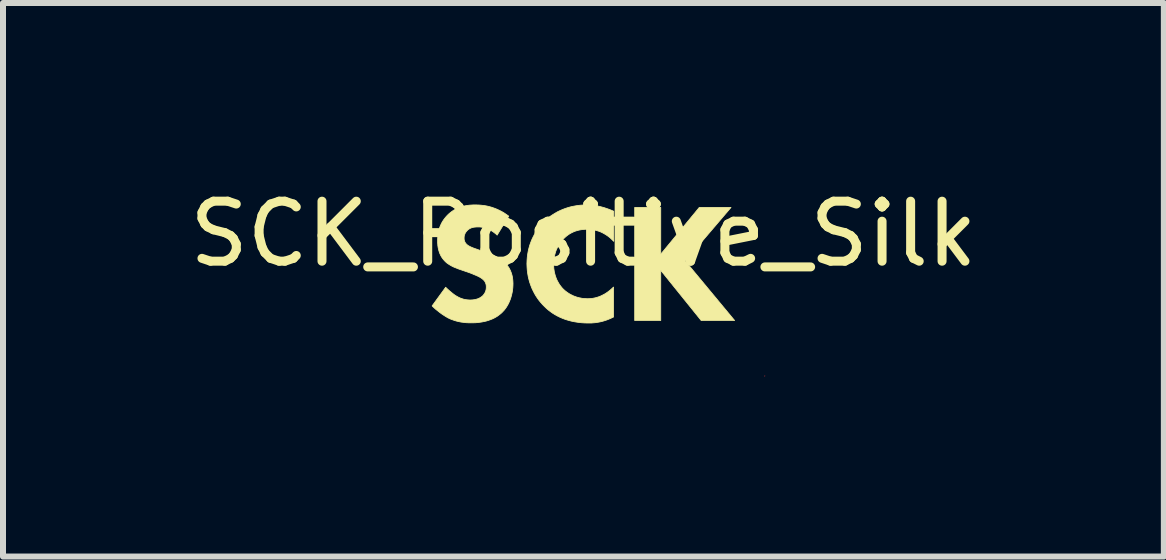
<source format=kicad_pcb>
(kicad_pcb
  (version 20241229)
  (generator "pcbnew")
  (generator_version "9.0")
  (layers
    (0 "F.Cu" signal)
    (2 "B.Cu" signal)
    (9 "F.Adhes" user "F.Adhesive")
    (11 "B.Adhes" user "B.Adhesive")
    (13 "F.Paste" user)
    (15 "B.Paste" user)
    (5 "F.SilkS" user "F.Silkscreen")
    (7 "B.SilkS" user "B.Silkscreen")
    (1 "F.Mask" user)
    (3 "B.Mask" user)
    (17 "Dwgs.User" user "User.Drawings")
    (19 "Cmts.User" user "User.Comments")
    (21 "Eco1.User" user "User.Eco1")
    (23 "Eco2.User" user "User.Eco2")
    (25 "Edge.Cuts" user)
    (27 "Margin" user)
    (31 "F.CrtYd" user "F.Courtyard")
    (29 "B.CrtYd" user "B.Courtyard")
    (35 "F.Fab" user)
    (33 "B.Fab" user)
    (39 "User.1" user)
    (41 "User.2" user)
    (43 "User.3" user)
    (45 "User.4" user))
  (footprint "SCK_Positive_Silk"
    (layer "F.Cu")
    (at 6.673 1.348)
    (property "Reference" "SCK_Positive_Silk" (at 0 -0.5 0) (unlocked yes) (layer "F.SilkS") (effects (font (size 1 1) (thickness 0.15))))
    (fp_poly (pts (xy 3.02 1.87) (xy 3.02 1.868) (xy 3.023 1.866)) (stroke (width 0.013) (type solid)) (fill yes) (layer "F.Cu"))
    (fp_poly (pts (xy 1.288 -0.162) (xy 1.93 -0.941) (xy 2.459 -0.941) (xy 1.697 -0.048) (xy 2.519 0.943) (xy 1.962 0.943) (xy 1.288 0.107) (xy 1.288 0.943) (xy 0.854 0.943) (xy 0.854 -0.158) (xy 1.284 -0.158) (xy 1.288 -0.158) (xy 1.288 -0.162) (xy 1.284 -0.158) (xy 0.854 -0.158) (xy 0.854 -0.941) (xy 1.288 -0.941)) (stroke (width 0.013) (type solid)) (fill yes) (layer "F.SilkS"))
    (fp_poly (pts (xy 0.077 -0.983) (xy 0.101 -0.982) (xy 0.125 -0.98) (xy 0.15 -0.978) (xy 0.176 -0.975) (xy 0.202 -0.971) (xy 0.229 -0.966) (xy 0.257 -0.961) (xy 0.285 -0.954) (xy 0.314 -0.946) (xy 0.344 -0.938) (xy 0.374 -0.928) (xy 0.406 -0.917) (xy 0.438 -0.905) (xy 0.471 -0.892) (xy 0.505 -0.877) (xy 0.505 -0.376) (xy 0.486 -0.395) (xy 0.467 -0.414) (xy 0.446 -0.433) (xy 0.424 -0.451) (xy 0.401 -0.468) (xy 0.376 -0.485) (xy 0.351 -0.5) (xy 0.324 -0.515) (xy 0.296 -0.529) (xy 0.267 -0.541) (xy 0.236 -0.551) (xy 0.22 -0.556) (xy 0.204 -0.56) (xy 0.188 -0.564) (xy 0.171 -0.568) (xy 0.154 -0.57) (xy 0.137 -0.573) (xy 0.119 -0.575) (xy 0.101 -0.576) (xy 0.083 -0.577) (xy 0.064 -0.577) (xy 0.034 -0.577) (xy 0.006 -0.575) (xy -0.022 -0.572) (xy -0.049 -0.568) (xy -0.076 -0.563) (xy -0.102 -0.556) (xy -0.127 -0.549) (xy -0.151 -0.54) (xy -0.175 -0.53) (xy -0.197 -0.519) (xy -0.22 -0.507) (xy -0.241 -0.494) (xy -0.262 -0.479) (xy -0.282 -0.464) (xy -0.302 -0.447) (xy -0.321 -0.429) (xy -0.34 -0.409) (xy -0.359 -0.389) (xy -0.376 -0.367) (xy -0.393 -0.343) (xy -0.409 -0.319) (xy -0.423 -0.294) (xy -0.436 -0.268) (xy -0.449 -0.241) (xy -0.46 -0.213) (xy -0.469 -0.185) (xy -0.477 -0.155) (xy -0.484 -0.125) (xy -0.49 -0.093) (xy -0.494 -0.061) (xy -0.496 -0.029) (xy -0.497 0.005) (xy -0.496 0.04) (xy -0.494 0.075) (xy -0.489 0.108) (xy -0.484 0.14) (xy -0.476 0.17) (xy -0.468 0.199) (xy -0.458 0.227) (xy -0.448 0.254) (xy -0.436 0.279) (xy -0.423 0.303) (xy -0.41 0.326) (xy -0.396 0.348) (xy -0.381 0.368) (xy -0.366 0.387) (xy -0.351 0.405) (xy -0.335 0.421) (xy -0.326 0.429) (xy -0.316 0.439) (xy -0.303 0.45) (xy -0.287 0.462) (xy -0.27 0.475) (xy -0.25 0.488) (xy -0.228 0.502) (xy -0.203 0.515) (xy -0.19 0.521) (xy -0.177 0.528) (xy -0.163 0.534) (xy -0.148 0.54) (xy -0.133 0.545) (xy -0.117 0.551) (xy -0.101 0.556) (xy -0.084 0.56) (xy -0.066 0.565) (xy -0.048 0.568) (xy -0.03 0.572) (xy -0.011 0.575) (xy 0.009 0.577) (xy 0.029 0.578) (xy 0.05 0.579) (xy 0.071 0.58) (xy 0.093 0.579) (xy 0.115 0.578) (xy 0.138 0.576) (xy 0.162 0.572) (xy 0.187 0.567) (xy 0.213 0.561) (xy 0.239 0.553) (xy 0.266 0.544) (xy 0.294 0.532) (xy 0.322 0.518) (xy 0.351 0.503) (xy 0.38 0.485) (xy 0.41 0.464) (xy 0.44 0.441) (xy 0.47 0.415) (xy 0.501 0.386) (xy 0.501 0.885) (xy 0.474 0.898) (xy 0.444 0.912) (xy 0.414 0.924) (xy 0.386 0.935) (xy 0.358 0.944) (xy 0.33 0.953) (xy 0.303 0.96) (xy 0.277 0.966) (xy 0.251 0.971) (xy 0.226 0.975) (xy 0.202 0.979) (xy 0.178 0.981) (xy 0.132 0.985) (xy 0.089 0.985) (xy 0.025 0.984) (xy -0.036 0.98) (xy -0.095 0.973) (xy -0.151 0.964) (xy -0.204 0.953) (xy -0.256 0.939) (xy -0.305 0.924) (xy -0.352 0.906) (xy -0.396 0.887) (xy -0.438 0.866) (xy -0.479 0.843) (xy -0.517 0.819) (xy -0.553 0.793) (xy -0.587 0.767) (xy -0.619 0.739) (xy -0.649 0.71) (xy -0.68 0.679) (xy -0.71 0.645) (xy -0.739 0.61) (xy -0.766 0.573) (xy -0.792 0.534) (xy -0.816 0.493) (xy -0.838 0.45) (xy -0.859 0.406) (xy -0.877 0.36) (xy -0.894 0.312) (xy -0.908 0.263) (xy -0.92 0.213) (xy -0.929 0.161) (xy -0.936 0.108) (xy -0.94 0.053) (xy -0.942 -0.002) (xy -0.94 -0.058) (xy -0.936 -0.112) (xy -0.929 -0.165) (xy -0.92 -0.216) (xy -0.908 -0.266) (xy -0.894 -0.315) (xy -0.877 -0.362) (xy -0.859 -0.407) (xy -0.838 -0.451) (xy -0.816 -0.493) (xy -0.792 -0.534) (xy -0.766 -0.573) (xy -0.739 -0.61) (xy -0.71 -0.646) (xy -0.68 -0.679) (xy -0.649 -0.711) (xy -0.617 -0.741) (xy -0.583 -0.77) (xy -0.548 -0.797) (xy -0.51 -0.822) (xy -0.471 -0.846) (xy -0.431 -0.869) (xy -0.389 -0.889) (xy -0.345 -0.908) (xy -0.3 -0.925) (xy -0.254 -0.94) (xy -0.206 -0.953) (xy -0.157 -0.963) (xy -0.106 -0.972) (xy -0.054 -0.978) (xy -0.001 -0.982) (xy 0.053 -0.983)) (stroke (width 0.013) (type solid)) (fill yes) (layer "F.SilkS"))
    (fp_poly (pts (xy -1.75 -0.982) (xy -1.721 -0.98) (xy -1.691 -0.977) (xy -1.659 -0.973) (xy -1.626 -0.968) (xy -1.592 -0.961) (xy -1.557 -0.952) (xy -1.52 -0.941) (xy -1.483 -0.928) (xy -1.445 -0.913) (xy -1.406 -0.895) (xy -1.366 -0.875) (xy -1.326 -0.852) (xy -1.286 -0.825) (xy -1.245 -0.796) (xy -1.439 -0.479) (xy -1.439 -0.482) (xy -1.465 -0.504) (xy -1.491 -0.524) (xy -1.516 -0.542) (xy -1.54 -0.557) (xy -1.564 -0.569) (xy -1.587 -0.58) (xy -1.609 -0.589) (xy -1.629 -0.597) (xy -1.649 -0.603) (xy -1.668 -0.607) (xy -1.686 -0.611) (xy -1.703 -0.613) (xy -1.718 -0.615) (xy -1.732 -0.616) (xy -1.756 -0.616) (xy -1.78 -0.616) (xy -1.791 -0.615) (xy -1.804 -0.614) (xy -1.816 -0.613) (xy -1.828 -0.611) (xy -1.84 -0.609) (xy -1.852 -0.606) (xy -1.864 -0.602) (xy -1.876 -0.598) (xy -1.888 -0.592) (xy -1.899 -0.586) (xy -1.91 -0.579) (xy -1.92 -0.572) (xy -1.925 -0.567) (xy -1.93 -0.563) (xy -1.935 -0.558) (xy -1.94 -0.553) (xy -1.945 -0.547) (xy -1.95 -0.541) (xy -1.955 -0.535) (xy -1.96 -0.529) (xy -1.964 -0.522) (xy -1.968 -0.515) (xy -1.972 -0.508) (xy -1.975 -0.501) (xy -1.978 -0.493) (xy -1.981 -0.485) (xy -1.984 -0.477) (xy -1.986 -0.468) (xy -1.987 -0.46) (xy -1.988 -0.451) (xy -1.989 -0.442) (xy -1.989 -0.433) (xy -1.989 -0.424) (xy -1.989 -0.416) (xy -1.988 -0.408) (xy -1.987 -0.401) (xy -1.985 -0.393) (xy -1.983 -0.386) (xy -1.981 -0.38) (xy -1.979 -0.373) (xy -1.976 -0.367) (xy -1.973 -0.361) (xy -1.969 -0.355) (xy -1.966 -0.349) (xy -1.961 -0.343) (xy -1.957 -0.338) (xy -1.952 -0.332) (xy -1.947 -0.327) (xy -1.938 -0.319) (xy -1.929 -0.312) (xy -1.919 -0.305) (xy -1.909 -0.299) (xy -1.897 -0.293) (xy -1.886 -0.287) (xy -1.873 -0.281) (xy -1.859 -0.275) (xy -1.845 -0.269) (xy -1.829 -0.263) (xy -1.795 -0.251) (xy -1.711 -0.221) (xy -1.57 -0.168) (xy -1.538 -0.156) (xy -1.505 -0.142) (xy -1.472 -0.127) (xy -1.455 -0.119) (xy -1.438 -0.11) (xy -1.421 -0.101) (xy -1.405 -0.092) (xy -1.388 -0.082) (xy -1.372 -0.071) (xy -1.356 -0.06) (xy -1.341 -0.049) (xy -1.326 -0.036) (xy -1.312 -0.023) (xy -1.292 -0.003) (xy -1.275 0.017) (xy -1.259 0.039) (xy -1.244 0.06) (xy -1.232 0.082) (xy -1.22 0.105) (xy -1.211 0.127) (xy -1.202 0.15) (xy -1.195 0.173) (xy -1.189 0.195) (xy -1.184 0.218) (xy -1.181 0.24) (xy -1.178 0.262) (xy -1.176 0.284) (xy -1.175 0.305) (xy -1.174 0.326) (xy -1.175 0.362) (xy -1.177 0.397) (xy -1.181 0.432) (xy -1.186 0.466) (xy -1.193 0.499) (xy -1.201 0.531) (xy -1.21 0.563) (xy -1.22 0.593) (xy -1.232 0.622) (xy -1.244 0.65) (xy -1.258 0.677) (xy -1.273 0.703) (xy -1.288 0.727) (xy -1.305 0.75) (xy -1.322 0.772) (xy -1.34 0.791) (xy -1.356 0.808) (xy -1.372 0.823) (xy -1.389 0.837) (xy -1.406 0.85) (xy -1.423 0.863) (xy -1.44 0.875) (xy -1.476 0.896) (xy -1.512 0.914) (xy -1.549 0.929) (xy -1.586 0.942) (xy -1.622 0.953) (xy -1.659 0.961) (xy -1.694 0.968) (xy -1.728 0.973) (xy -1.761 0.977) (xy -1.792 0.98) (xy -1.821 0.981) (xy -1.873 0.982) (xy -1.898 0.982) (xy -1.923 0.981) (xy -1.947 0.98) (xy -1.971 0.978) (xy -1.995 0.975) (xy -2.019 0.972) (xy -2.042 0.969) (xy -2.065 0.964) (xy -2.088 0.959) (xy -2.111 0.954) (xy -2.134 0.947) (xy -2.157 0.94) (xy -2.179 0.932) (xy -2.202 0.924) (xy -2.224 0.915) (xy -2.247 0.904) (xy -2.265 0.895) (xy -2.283 0.884) (xy -2.302 0.873) (xy -2.32 0.861) (xy -2.339 0.849) (xy -2.357 0.837) (xy -2.394 0.81) (xy -2.429 0.782) (xy -2.463 0.755) (xy -2.494 0.727) (xy -2.522 0.7) (xy -2.296 0.389) (xy -2.277 0.408) (xy -2.255 0.428) (xy -2.233 0.448) (xy -2.209 0.468) (xy -2.186 0.487) (xy -2.163 0.505) (xy -2.152 0.513) (xy -2.141 0.521) (xy -2.13 0.528) (xy -2.12 0.534) (xy -2.106 0.542) (xy -2.092 0.55) (xy -2.078 0.557) (xy -2.064 0.564) (xy -2.05 0.57) (xy -2.036 0.575) (xy -2.021 0.58) (xy -2.007 0.585) (xy -1.992 0.589) (xy -1.978 0.592) (xy -1.962 0.595) (xy -1.947 0.597) (xy -1.932 0.599) (xy -1.916 0.6) (xy -1.9 0.601) (xy -1.883 0.601) (xy -1.873 0.601) (xy -1.861 0.6) (xy -1.85 0.6) (xy -1.838 0.598) (xy -1.825 0.597) (xy -1.813 0.595) (xy -1.8 0.592) (xy -1.787 0.589) (xy -1.774 0.585) (xy -1.761 0.581) (xy -1.749 0.576) (xy -1.736 0.57) (xy -1.723 0.563) (xy -1.71 0.555) (xy -1.698 0.547) (xy -1.686 0.537) (xy -1.679 0.531) (xy -1.673 0.525) (xy -1.667 0.518) (xy -1.661 0.51) (xy -1.655 0.502) (xy -1.649 0.494) (xy -1.644 0.485) (xy -1.639 0.476) (xy -1.635 0.467) (xy -1.631 0.456) (xy -1.627 0.446) (xy -1.626 0.44) (xy -1.624 0.435) (xy -1.623 0.429) (xy -1.622 0.423) (xy -1.621 0.417) (xy -1.62 0.411) (xy -1.62 0.405) (xy -1.619 0.399) (xy -1.619 0.392) (xy -1.619 0.386) (xy -1.619 0.374) (xy -1.62 0.363) (xy -1.621 0.353) (xy -1.623 0.343) (xy -1.626 0.333) (xy -1.629 0.324) (xy -1.632 0.315) (xy -1.636 0.307) (xy -1.64 0.299) (xy -1.645 0.291) (xy -1.65 0.284) (xy -1.656 0.277) (xy -1.662 0.27) (xy -1.669 0.264) (xy -1.675 0.258) (xy -1.682 0.252) (xy -1.692 0.244) (xy -1.704 0.236) (xy -1.716 0.228) (xy -1.73 0.22) (xy -1.744 0.213) (xy -1.759 0.205) (xy -1.79 0.191) (xy -1.822 0.178) (xy -1.852 0.165) (xy -1.901 0.146) (xy -2.056 0.093) (xy -2.09 0.081) (xy -2.124 0.067) (xy -2.159 0.053) (xy -2.176 0.045) (xy -2.194 0.036) (xy -2.21 0.027) (xy -2.227 0.017) (xy -2.243 0.007) (xy -2.259 -0.004) (xy -2.275 -0.015) (xy -2.29 -0.028) (xy -2.304 -0.041) (xy -2.317 -0.055) (xy -2.335 -0.075) (xy -2.351 -0.096) (xy -2.365 -0.117) (xy -2.377 -0.138) (xy -2.387 -0.16) (xy -2.397 -0.181) (xy -2.404 -0.203) (xy -2.411 -0.225) (xy -2.416 -0.246) (xy -2.421 -0.267) (xy -2.424 -0.288) (xy -2.427 -0.308) (xy -2.428 -0.328) (xy -2.43 -0.347) (xy -2.43 -0.383) (xy -2.43 -0.415) (xy -2.428 -0.445) (xy -2.425 -0.476) (xy -2.421 -0.505) (xy -2.415 -0.534) (xy -2.409 -0.562) (xy -2.401 -0.59) (xy -2.392 -0.617) (xy -2.381 -0.643) (xy -2.369 -0.669) (xy -2.356 -0.694) (xy -2.341 -0.718) (xy -2.325 -0.742) (xy -2.307 -0.765) (xy -2.288 -0.788) (xy -2.268 -0.81) (xy -2.243 -0.834) (xy -2.217 -0.856) (xy -2.19 -0.876) (xy -2.164 -0.894) (xy -2.136 -0.91) (xy -2.108 -0.924) (xy -2.08 -0.936) (xy -2.051 -0.947) (xy -2.022 -0.956) (xy -1.992 -0.964) (xy -1.962 -0.97) (xy -1.931 -0.975) (xy -1.899 -0.979) (xy -1.868 -0.981) (xy -1.835 -0.983) (xy -1.802 -0.983)) (stroke (width 0.013) (type solid)) (fill yes) (layer "F.SilkS")))
  (gr_rect
    (start -3 -3)
    (end 16.345 6.225)
    (stroke (width 0.1) (type default))
    (fill no)
    (layer "Edge.Cuts")))
</source>
